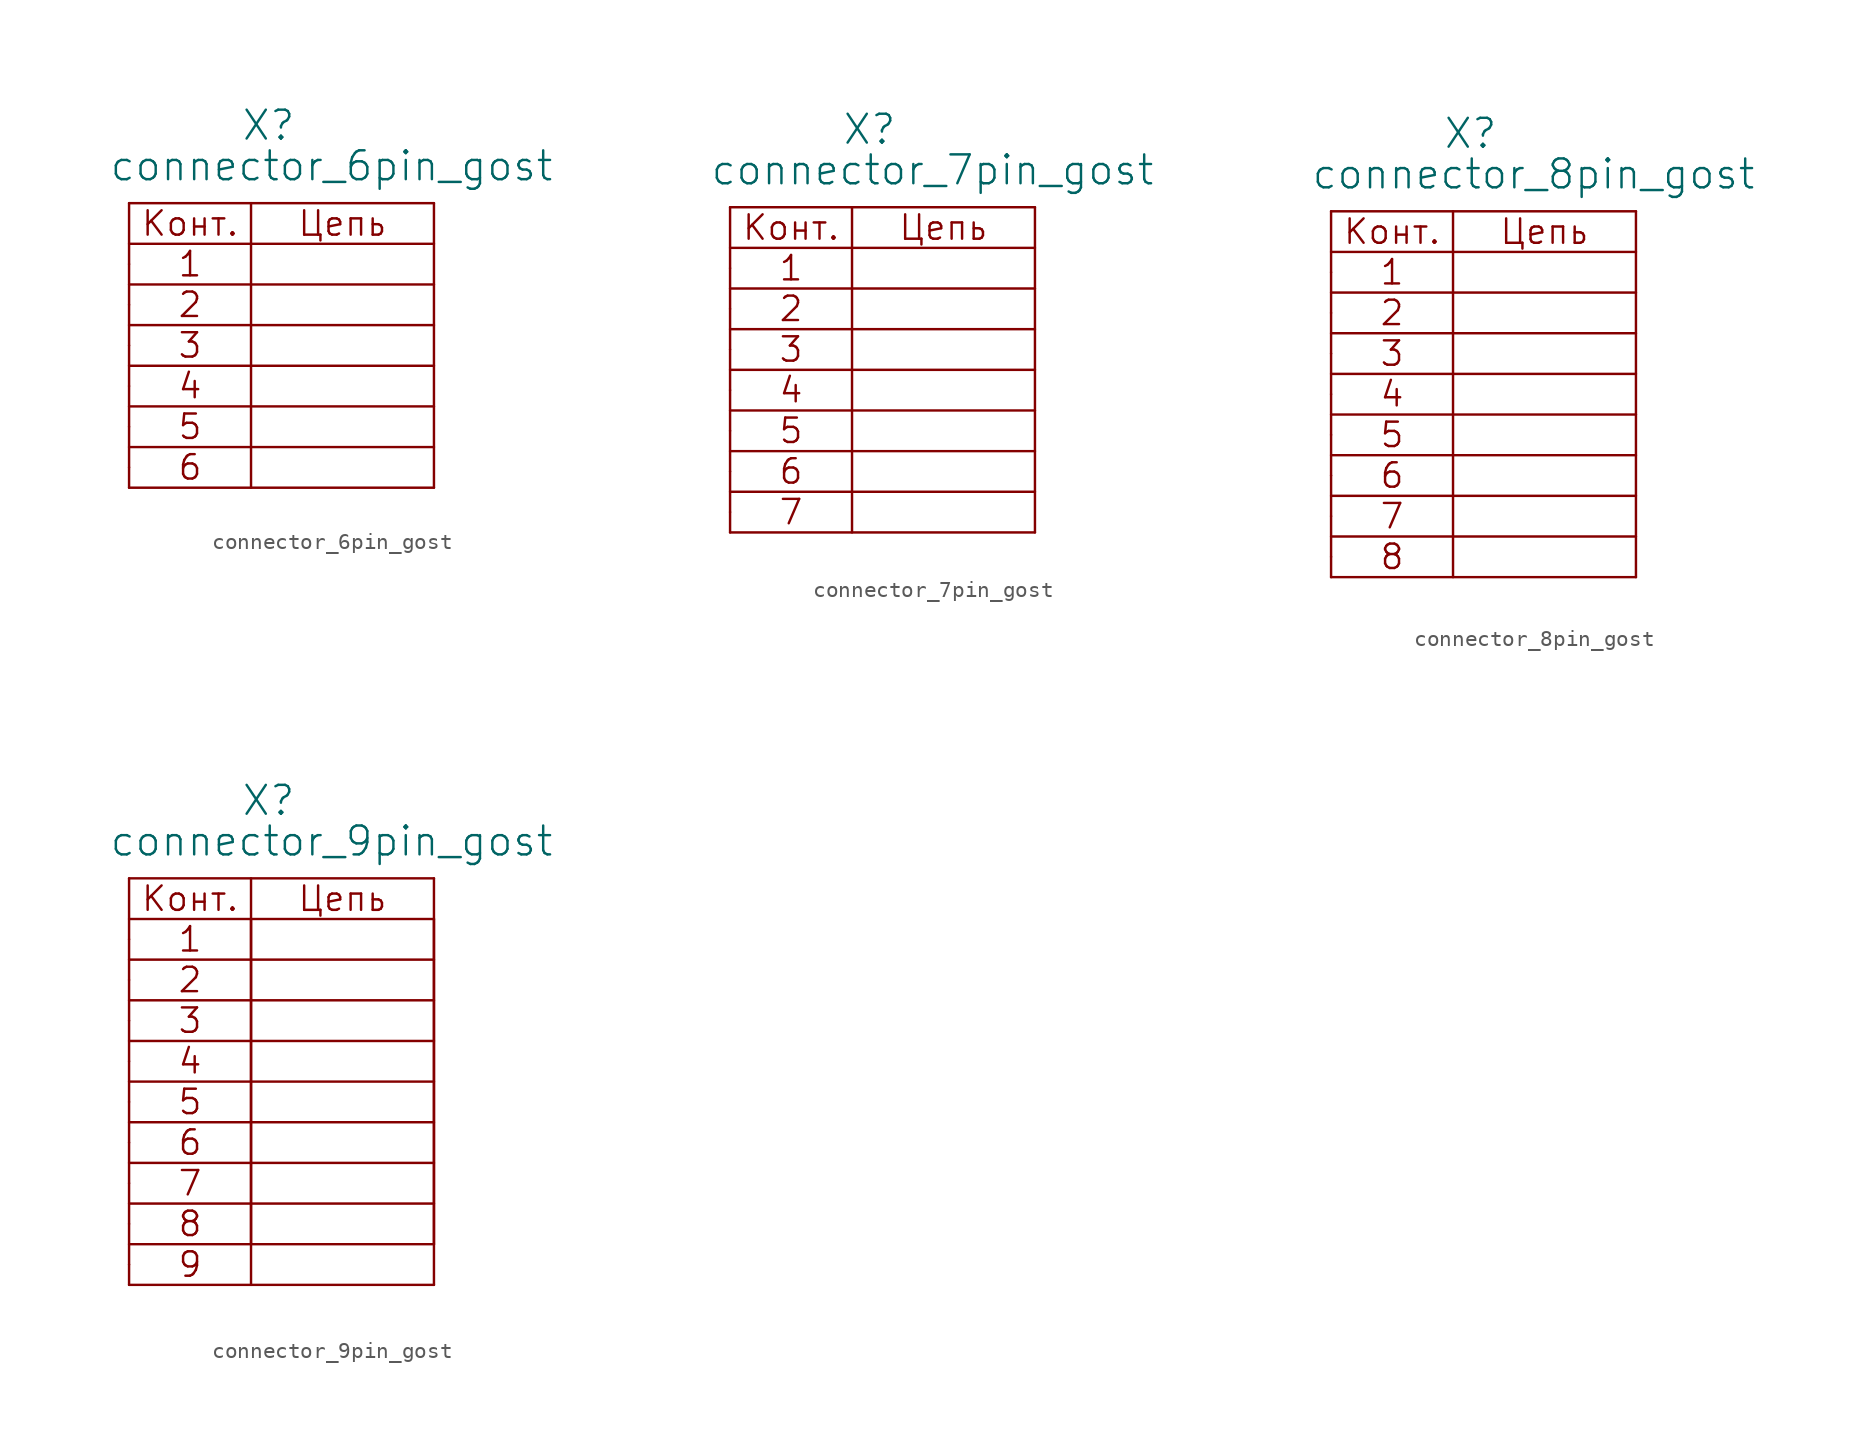
<source format=kicad_sym>
(kicad_symbol_lib
  (version 20211014)
  (generator kicad_symbol_editor)
  (symbol "connector_6pin_gost"
    (pin_numbers hide)
    (pin_names
      (offset 1.016) hide)
    (property "Reference" "X"
      (at 6.985 7.62 0)
      (effects (font (size 1.803 1.803)) (justify left bottom)))
    (property "Value" "connector_6pin_gost"
      (at -1.27 5.08 0)
      (effects (font (size 1.803 1.803)) (justify left bottom)))
    (property "Datasheet" ""
      (at 0 0 0)
      (effects (font (size 1.524 1.524))))
    (symbol "connector_6pin_gost_0_0"
      (polyline (pts (xy 0 -13.97) (xy 19.05 -13.97)) (stroke (width 0) (type default) (color 0 0 0 0)) (fill (type none)))
      (polyline (pts (xy 0 -11.43) (xy 19.05 -11.43)) (stroke (width 0) (type default) (color 0 0 0 0)) (fill (type none)))
      (polyline (pts (xy 0 -8.89) (xy 19.05 -8.89)) (stroke (width 0) (type default) (color 0 0 0 0)) (fill (type none)))
      (polyline (pts (xy 0 -6.35) (xy 19.05 -6.35)) (stroke (width 0) (type default) (color 0 0 0 0)) (fill (type none)))
      (polyline (pts (xy 0 -3.81) (xy 19.05 -3.81)) (stroke (width 0) (type default) (color 0 0 0 0)) (fill (type none)))
      (polyline (pts (xy 0 1.27) (xy 19.05 1.27)) (stroke (width 0) (type default) (color 0 0 0 0)) (fill (type none)))
      (polyline (pts (xy 0 3.81) (xy 0 -13.97)) (stroke (width 0) (type default) (color 0 0 0 0)) (fill (type none)))
      (polyline (pts (xy 7.62 3.81) (xy 7.62 -13.97)) (stroke (width 0) (type default) (color 0 0 0 0)) (fill (type none)))
      (polyline (pts (xy 19.05 -1.27) (xy 0 -1.27)) (stroke (width 0) (type default) (color 0 0 0 0)) (fill (type none)))
      (polyline (pts (xy 19.05 3.81) (xy 19.05 -13.97)) (stroke (width 0) (type default) (color 0 0 0 0)) (fill (type none)))
      (text "1" (at 3.81 0 0) (effects (font (size 1.524 1.524))))
      (text "2" (at 3.81 -2.54 0) (effects (font (size 1.524 1.524))))
      (text "3" (at 3.81 -5.08 0) (effects (font (size 1.524 1.524))))
      (text "4" (at 3.81 -7.62 0) (effects (font (size 1.524 1.524))))
      (text "5" (at 3.81 -10.16 0) (effects (font (size 1.524 1.524))))
      (text "6" (at 3.81 -12.7 0) (effects (font (size 1.524 1.524))))
      (text "Конт." (at 3.81 2.54 0) (effects (font (size 1.524 1.524))))
      (text "Цепь" (at 13.335 2.54 0) (effects (font (size 1.524 1.524)))))
    (symbol "connector_6pin_gost_0_1"
      (polyline (pts (xy 0 3.81) (xy 19.05 3.81)) (stroke (width 0) (type default) (color 0 0 0 0)) (fill (type none))))
    (symbol "connector_6pin_gost_1_1"
      (pin passive line (at 0 0 0) (length 0) (name "~" (effects (font (size 1.549 1.549)))) (number "1" (effects (font (size 1.549 1.549)))))
      (pin passive line (at 0 -2.54 0) (length 0) (name "~" (effects (font (size 1.549 1.549)))) (number "2" (effects (font (size 1.549 1.549)))))
      (pin passive line (at 0 -5.08 0) (length 0) (name "~" (effects (font (size 1.549 1.549)))) (number "3" (effects (font (size 1.549 1.549)))))
      (pin passive line (at 0 -7.62 0) (length 0) (name "~" (effects (font (size 1.549 1.549)))) (number "4" (effects (font (size 1.549 1.549)))))
      (pin passive line (at 0 -10.16 0) (length 0) (name "~" (effects (font (size 1.549 1.549)))) (number "5" (effects (font (size 1.549 1.549)))))
      (pin passive line (at 0 -12.7 0) (length 0) (name "~" (effects (font (size 1.549 1.549)))) (number "6" (effects (font (size 1.549 1.549)))))))
  (symbol "connector_7pin_gost"
    (pin_numbers hide)
    (pin_names
      (offset 1.016) hide)
    (property "Reference" "X"
      (at 6.985 7.62 0)
      (effects (font (size 1.803 1.803)) (justify left bottom)))
    (property "Value" "connector_7pin_gost"
      (at -1.27 5.08 0)
      (effects (font (size 1.803 1.803)) (justify left bottom)))
    (property "Datasheet" ""
      (at 0 0 0)
      (effects (font (size 1.524 1.524))))
    (symbol "connector_7pin_gost_0_0"
      (polyline (pts (xy 0 -16.51) (xy 19.05 -16.51)) (stroke (width 0) (type default) (color 0 0 0 0)) (fill (type none)))
      (polyline (pts (xy 0 -13.97) (xy 19.05 -13.97)) (stroke (width 0) (type default) (color 0 0 0 0)) (fill (type none)))
      (polyline (pts (xy 0 -11.43) (xy 19.05 -11.43)) (stroke (width 0) (type default) (color 0 0 0 0)) (fill (type none)))
      (polyline (pts (xy 0 -8.89) (xy 19.05 -8.89)) (stroke (width 0) (type default) (color 0 0 0 0)) (fill (type none)))
      (polyline (pts (xy 0 -6.35) (xy 19.05 -6.35)) (stroke (width 0) (type default) (color 0 0 0 0)) (fill (type none)))
      (polyline (pts (xy 0 -3.81) (xy 19.05 -3.81)) (stroke (width 0) (type default) (color 0 0 0 0)) (fill (type none)))
      (polyline (pts (xy 0 1.27) (xy 19.05 1.27)) (stroke (width 0) (type default) (color 0 0 0 0)) (fill (type none)))
      (polyline (pts (xy 0 3.81) (xy 0 -16.51)) (stroke (width 0) (type default) (color 0 0 0 0)) (fill (type none)))
      (polyline (pts (xy 7.62 3.81) (xy 7.62 -16.51)) (stroke (width 0) (type default) (color 0 0 0 0)) (fill (type none)))
      (polyline (pts (xy 19.05 -1.27) (xy 0 -1.27)) (stroke (width 0) (type default) (color 0 0 0 0)) (fill (type none)))
      (polyline (pts (xy 19.05 3.81) (xy 19.05 -16.51)) (stroke (width 0) (type default) (color 0 0 0 0)) (fill (type none)))
      (text "1" (at 3.81 0 0) (effects (font (size 1.524 1.524))))
      (text "2" (at 3.81 -2.54 0) (effects (font (size 1.524 1.524))))
      (text "3" (at 3.81 -5.08 0) (effects (font (size 1.524 1.524))))
      (text "4" (at 3.81 -7.62 0) (effects (font (size 1.524 1.524))))
      (text "5" (at 3.81 -10.16 0) (effects (font (size 1.524 1.524))))
      (text "6" (at 3.81 -12.7 0) (effects (font (size 1.524 1.524))))
      (text "7" (at 3.81 -15.24 0) (effects (font (size 1.524 1.524))))
      (text "Конт." (at 3.81 2.54 0) (effects (font (size 1.524 1.524))))
      (text "Цепь" (at 13.335 2.54 0) (effects (font (size 1.524 1.524)))))
    (symbol "connector_7pin_gost_0_1"
      (polyline (pts (xy 0 3.81) (xy 19.05 3.81)) (stroke (width 0) (type default) (color 0 0 0 0)) (fill (type none))))
    (symbol "connector_7pin_gost_1_1"
      (pin passive line (at 0 0 0) (length 0) (name "~" (effects (font (size 1.549 1.549)))) (number "1" (effects (font (size 1.549 1.549)))))
      (pin passive line (at 0 -2.54 0) (length 0) (name "~" (effects (font (size 1.549 1.549)))) (number "2" (effects (font (size 1.549 1.549)))))
      (pin passive line (at 0 -5.08 0) (length 0) (name "~" (effects (font (size 1.549 1.549)))) (number "3" (effects (font (size 1.549 1.549)))))
      (pin passive line (at 0 -7.62 0) (length 0) (name "~" (effects (font (size 1.549 1.549)))) (number "4" (effects (font (size 1.549 1.549)))))
      (pin passive line (at 0 -10.16 0) (length 0) (name "~" (effects (font (size 1.549 1.549)))) (number "5" (effects (font (size 1.549 1.549)))))
      (pin passive line (at 0 -12.7 0) (length 0) (name "~" (effects (font (size 1.549 1.549)))) (number "6" (effects (font (size 1.549 1.549)))))
      (pin passive line (at 0 -15.24 0) (length 0) (name "~" (effects (font (size 1.549 1.549)))) (number "7" (effects (font (size 1.549 1.549)))))))
  (symbol "connector_8pin_gost"
    (pin_numbers hide)
    (pin_names
      (offset 1.016) hide)
    (property "Reference" "X"
      (at 6.985 7.62 0)
      (effects (font (size 1.803 1.803)) (justify left bottom)))
    (property "Value" "connector_8pin_gost"
      (at -1.27 5.08 0)
      (effects (font (size 1.803 1.803)) (justify left bottom)))
    (property "Datasheet" ""
      (at 0 0 0)
      (effects (font (size 1.524 1.524))))
    (symbol "connector_8pin_gost_0_0"
      (polyline (pts (xy 0 -19.05) (xy 0 3.81)) (stroke (width 0) (type default) (color 0 0 0 0)) (fill (type none)))
      (polyline (pts (xy 0 -19.05) (xy 19.05 -19.05)) (stroke (width 0) (type default) (color 0 0 0 0)) (fill (type none)))
      (polyline (pts (xy 0 -16.51) (xy 19.05 -16.51)) (stroke (width 0) (type default) (color 0 0 0 0)) (fill (type none)))
      (polyline (pts (xy 0 -13.97) (xy 19.05 -13.97)) (stroke (width 0) (type default) (color 0 0 0 0)) (fill (type none)))
      (polyline (pts (xy 0 -11.43) (xy 19.05 -11.43)) (stroke (width 0) (type default) (color 0 0 0 0)) (fill (type none)))
      (polyline (pts (xy 0 -8.89) (xy 19.05 -8.89)) (stroke (width 0) (type default) (color 0 0 0 0)) (fill (type none)))
      (polyline (pts (xy 0 -6.35) (xy 19.05 -6.35)) (stroke (width 0) (type default) (color 0 0 0 0)) (fill (type none)))
      (polyline (pts (xy 0 -3.81) (xy 19.05 -3.81)) (stroke (width 0) (type default) (color 0 0 0 0)) (fill (type none)))
      (polyline (pts (xy 0 1.27) (xy 19.05 1.27)) (stroke (width 0) (type default) (color 0 0 0 0)) (fill (type none)))
      (polyline (pts (xy 7.62 3.81) (xy 7.62 -19.05)) (stroke (width 0) (type default) (color 0 0 0 0)) (fill (type none)))
      (polyline (pts (xy 19.05 -1.27) (xy 0 -1.27)) (stroke (width 0) (type default) (color 0 0 0 0)) (fill (type none)))
      (polyline (pts (xy 19.05 3.81) (xy 19.05 -19.05)) (stroke (width 0) (type default) (color 0 0 0 0)) (fill (type none)))
      (text "1" (at 3.81 0 0) (effects (font (size 1.524 1.524))))
      (text "2" (at 3.81 -2.54 0) (effects (font (size 1.524 1.524))))
      (text "3" (at 3.81 -5.08 0) (effects (font (size 1.524 1.524))))
      (text "4" (at 3.81 -7.62 0) (effects (font (size 1.524 1.524))))
      (text "5" (at 3.81 -10.16 0) (effects (font (size 1.524 1.524))))
      (text "6" (at 3.81 -12.7 0) (effects (font (size 1.524 1.524))))
      (text "7" (at 3.81 -15.24 0) (effects (font (size 1.524 1.524))))
      (text "8" (at 3.81 -17.78 0) (effects (font (size 1.524 1.524))))
      (text "Конт." (at 3.81 2.54 0) (effects (font (size 1.524 1.524))))
      (text "Цепь" (at 13.335 2.54 0) (effects (font (size 1.524 1.524)))))
    (symbol "connector_8pin_gost_0_1"
      (polyline (pts (xy 0 3.81) (xy 19.05 3.81)) (stroke (width 0) (type default) (color 0 0 0 0)) (fill (type none))))
    (symbol "connector_8pin_gost_1_1"
      (pin passive line (at 0 0 0) (length 0) (name "~" (effects (font (size 1.549 1.549)))) (number "1" (effects (font (size 1.549 1.549)))))
      (pin passive line (at 0 -2.54 0) (length 0) (name "~" (effects (font (size 1.549 1.549)))) (number "2" (effects (font (size 1.549 1.549)))))
      (pin passive line (at 0 -5.08 0) (length 0) (name "~" (effects (font (size 1.549 1.549)))) (number "3" (effects (font (size 1.549 1.549)))))
      (pin passive line (at 0 -7.62 0) (length 0) (name "~" (effects (font (size 1.549 1.549)))) (number "4" (effects (font (size 1.549 1.549)))))
      (pin passive line (at 0 -10.16 0) (length 0) (name "~" (effects (font (size 1.549 1.549)))) (number "5" (effects (font (size 1.549 1.549)))))
      (pin passive line (at 0 -12.7 0) (length 0) (name "~" (effects (font (size 1.549 1.549)))) (number "6" (effects (font (size 1.549 1.549)))))
      (pin passive line (at 0 -15.24 0) (length 0) (name "~" (effects (font (size 1.549 1.549)))) (number "7" (effects (font (size 1.549 1.549)))))
      (pin passive line (at 0 -17.78 0) (length 0) (name "~" (effects (font (size 1.549 1.549)))) (number "8" (effects (font (size 1.549 1.549)))))))
  (symbol "connector_9pin_gost"
    (pin_numbers hide)
    (pin_names
      (offset 1.016) hide)
    (property "Reference" "X"
      (at 6.985 7.62 0)
      (effects (font (size 1.803 1.803)) (justify left bottom)))
    (property "Value" "connector_9pin_gost"
      (at -1.27 5.08 0)
      (effects (font (size 1.803 1.803)) (justify left bottom)))
    (property "Datasheet" ""
      (at 0 0 0)
      (effects (font (size 1.524 1.524))))
    (symbol "connector_9pin_gost_0_0"
      (polyline (pts (xy 0 -19.05) (xy 19.05 -19.05)) (stroke (width 0) (type default) (color 0 0 0 0)) (fill (type none)))
      (polyline (pts (xy 0 -16.51) (xy 19.05 -16.51)) (stroke (width 0) (type default) (color 0 0 0 0)) (fill (type none)))
      (polyline (pts (xy 0 -13.97) (xy 19.05 -13.97)) (stroke (width 0) (type default) (color 0 0 0 0)) (fill (type none)))
      (polyline (pts (xy 0 -11.43) (xy 19.05 -11.43)) (stroke (width 0) (type default) (color 0 0 0 0)) (fill (type none)))
      (polyline (pts (xy 0 -8.89) (xy 19.05 -8.89)) (stroke (width 0) (type default) (color 0 0 0 0)) (fill (type none)))
      (polyline (pts (xy 0 -6.35) (xy 19.05 -6.35)) (stroke (width 0) (type default) (color 0 0 0 0)) (fill (type none)))
      (polyline (pts (xy 0 -3.81) (xy 19.05 -3.81)) (stroke (width 0) (type default) (color 0 0 0 0)) (fill (type none)))
      (polyline (pts (xy 0 1.27) (xy 19.05 1.27)) (stroke (width 0) (type default) (color 0 0 0 0)) (fill (type none)))
      (polyline (pts (xy 0 3.81) (xy 0 -21.59)) (stroke (width 0) (type default) (color 0 0 0 0)) (fill (type none)))
      (polyline (pts (xy 7.62 1.27) (xy 7.62 -21.59)) (stroke (width 0) (type default) (color 0 0 0 0)) (fill (type none)))
      (polyline (pts (xy 7.62 3.81) (xy 7.62 -19.05)) (stroke (width 0) (type default) (color 0 0 0 0)) (fill (type none)))
      (polyline (pts (xy 19.05 -1.27) (xy 0 -1.27)) (stroke (width 0) (type default) (color 0 0 0 0)) (fill (type none)))
      (polyline (pts (xy 19.05 1.27) (xy 19.05 -21.59)) (stroke (width 0) (type default) (color 0 0 0 0)) (fill (type none)))
      (polyline (pts (xy 19.05 3.81) (xy 19.05 -19.05)) (stroke (width 0) (type default) (color 0 0 0 0)) (fill (type none)))
      (text "1" (at 3.81 0 0) (effects (font (size 1.524 1.524))))
      (text "2" (at 3.81 -2.54 0) (effects (font (size 1.524 1.524))))
      (text "3" (at 3.81 -5.08 0) (effects (font (size 1.524 1.524))))
      (text "4" (at 3.81 -7.62 0) (effects (font (size 1.524 1.524))))
      (text "5" (at 3.81 -10.16 0) (effects (font (size 1.524 1.524))))
      (text "6" (at 3.81 -12.7 0) (effects (font (size 1.524 1.524))))
      (text "7" (at 3.81 -15.24 0) (effects (font (size 1.524 1.524))))
      (text "8" (at 3.81 -17.78 0) (effects (font (size 1.524 1.524))))
      (text "9" (at 3.81 -20.32 0) (effects (font (size 1.524 1.524))))
      (text "Конт." (at 3.81 2.54 0) (effects (font (size 1.524 1.524))))
      (text "Цепь" (at 13.335 2.54 0) (effects (font (size 1.524 1.524)))))
    (symbol "connector_9pin_gost_0_1"
      (polyline (pts (xy 0 3.81) (xy 19.05 3.81)) (stroke (width 0) (type default) (color 0 0 0 0)) (fill (type none)))
      (polyline (pts (xy 19.05 -21.59) (xy 0 -21.59)) (stroke (width 0) (type default) (color 0 0 0 0)) (fill (type none))))
    (symbol "connector_9pin_gost_1_1"
      (pin passive line (at 0 0 0) (length 0) (name "~" (effects (font (size 1.549 1.549)))) (number "1" (effects (font (size 1.549 1.549)))))
      (pin passive line (at 0 -2.54 0) (length 0) (name "~" (effects (font (size 1.549 1.549)))) (number "2" (effects (font (size 1.549 1.549)))))
      (pin passive line (at 0 -5.08 0) (length 0) (name "~" (effects (font (size 1.549 1.549)))) (number "3" (effects (font (size 1.549 1.549)))))
      (pin passive line (at 0 -7.62 0) (length 0) (name "~" (effects (font (size 1.549 1.549)))) (number "4" (effects (font (size 1.549 1.549)))))
      (pin passive line (at 0 -10.16 0) (length 0) (name "~" (effects (font (size 1.549 1.549)))) (number "5" (effects (font (size 1.549 1.549)))))
      (pin passive line (at 0 -12.7 0) (length 0) (name "~" (effects (font (size 1.549 1.549)))) (number "6" (effects (font (size 1.549 1.549)))))
      (pin passive line (at 0 -15.24 0) (length 0) (name "~" (effects (font (size 1.549 1.549)))) (number "7" (effects (font (size 1.549 1.549)))))
      (pin passive line (at 0 -20.32 0) (length 0) (name "~" (effects (font (size 1.549 1.549)))) (number "8" (effects (font (size 1.549 1.549)))))
      (pin passive line (at 0 -17.78 0) (length 0) (name "~" (effects (font (size 1.549 1.549)))) (number "8" (effects (font (size 1.549 1.549))))))))
</source>
